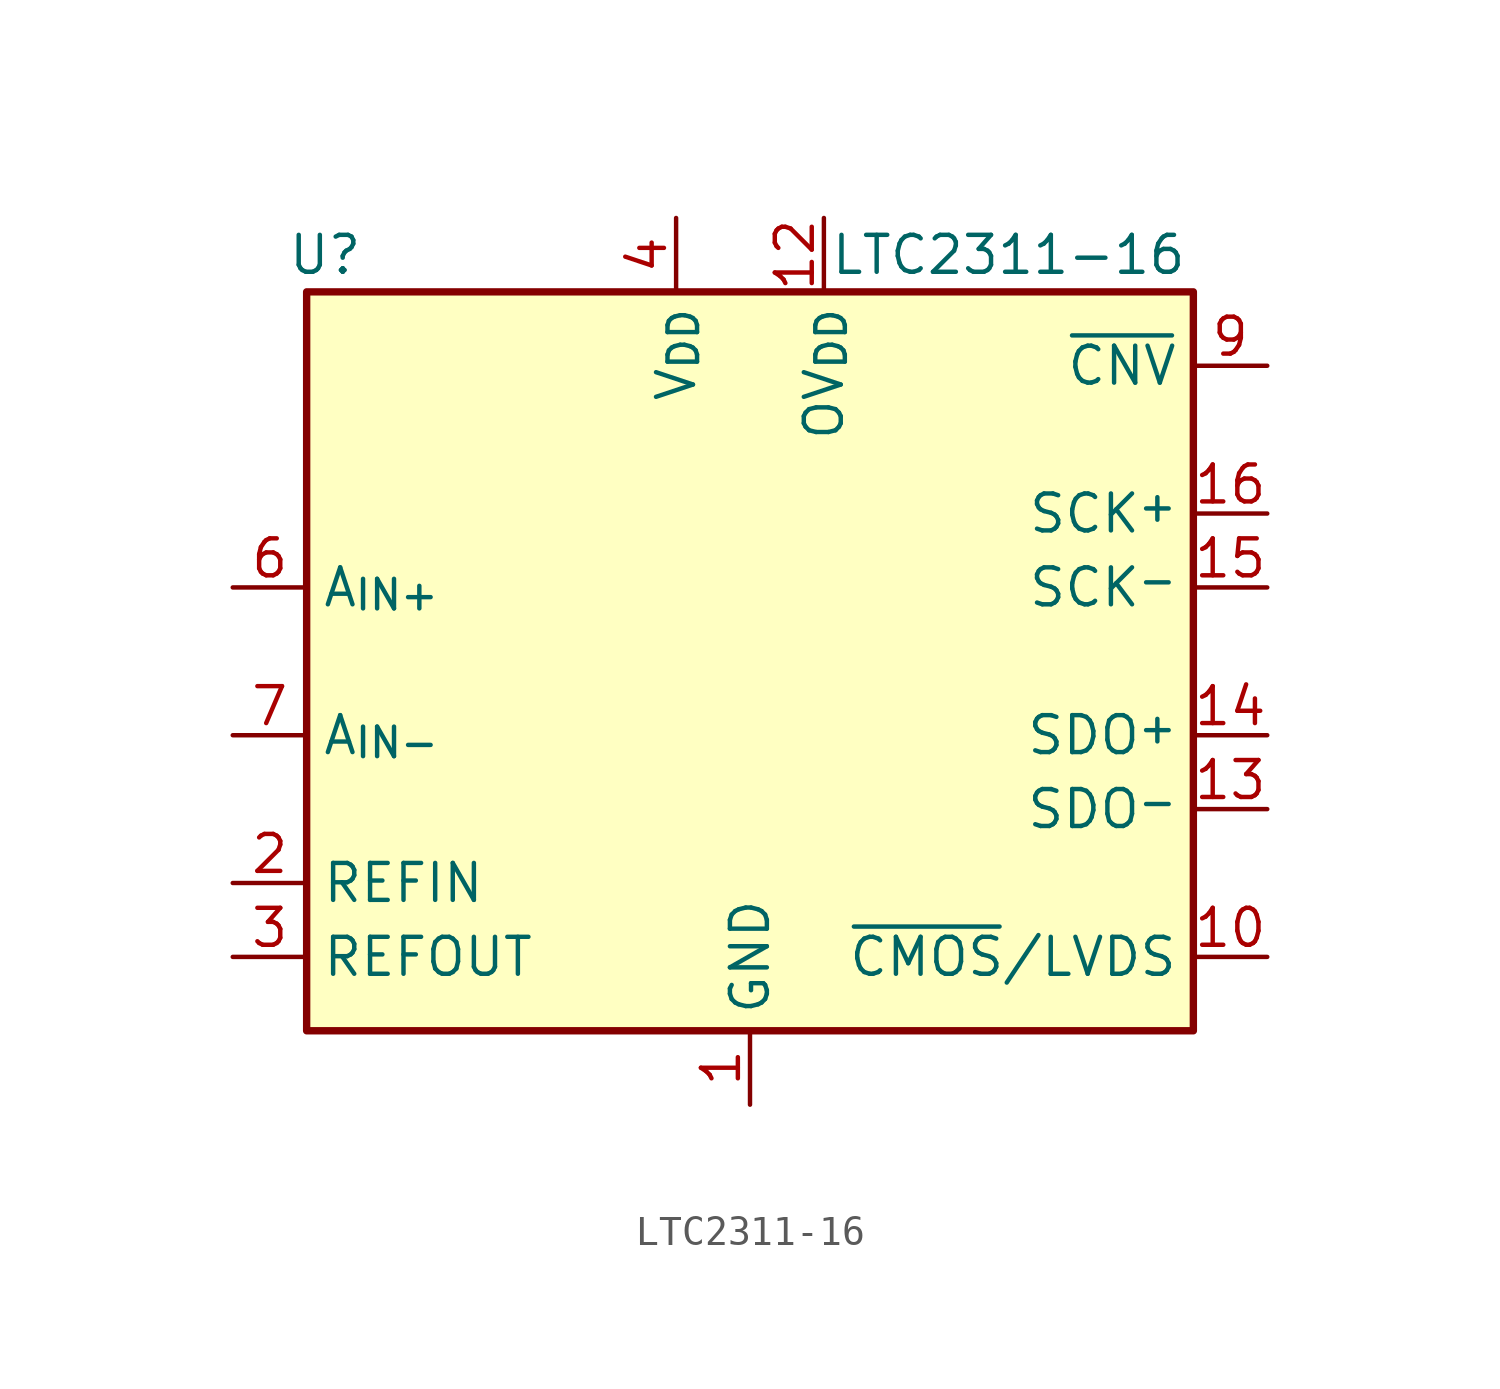
<source format=kicad_sym>
(kicad_symbol_lib
  (version 20220914)
  (generator kicad_symbol_editor)
  (symbol "LTC2311-16"
    (property "Reference" "U"
      (at -14.605 13.97 0)
      (effects (font (size 1.27 1.27))))
    (property "Value" "LTC2311-16"
      (at 8.89 13.97 0)
      (effects (font (size 1.27 1.27))))
    (symbol "LTC2311-16_0_1"
      (rectangle (start -15.24 12.7) (end 15.24 -12.7) (stroke (width 0.254) (type default)) (fill (type background))))
    (symbol "LTC2311-16_1_1"
      (pin power_in line (at 0 -15.24 90) (length 2.54) (name "GND" (effects (font (size 1.27 1.27)))) (number "1" (effects (font (size 1.27 1.27)))))
      (pin input line (at 17.78 -10.16 180) (length 2.54) (name "~{CMOS}/LVDS" (effects (font (size 1.27 1.27)))) (number "10" (effects (font (size 1.27 1.27)))))
      (pin passive line (at 0 -15.24 90) (length 2.54) hide (name "GND" (effects (font (size 1.27 1.27)))) (number "11" (effects (font (size 1.27 1.27)))))
      (pin power_in line (at 2.54 15.24 270) (length 2.54) (name "OV_{DD}" (effects (font (size 1.27 1.27)))) (number "12" (effects (font (size 1.27 1.27)))))
      (pin tri_state line (at 17.78 -5.08 180) (length 2.54) (name "SDO^{-}" (effects (font (size 1.27 1.27)))) (number "13" (effects (font (size 1.27 1.27)))))
      (pin tri_state line (at 17.78 -2.54 180) (length 2.54) (name "SDO^{+}" (effects (font (size 1.27 1.27)))) (number "14" (effects (font (size 1.27 1.27)))))
      (pin input line (at 17.78 2.54 180) (length 2.54) (name "SCK^{-}" (effects (font (size 1.27 1.27)))) (number "15" (effects (font (size 1.27 1.27)))))
      (pin input line (at 17.78 5.08 180) (length 2.54) (name "SCK^{+}" (effects (font (size 1.27 1.27)))) (number "16" (effects (font (size 1.27 1.27)))))
      (pin passive line (at -17.78 -7.62 0) (length 2.54) (name "REFIN" (effects (font (size 1.27 1.27)))) (number "2" (effects (font (size 1.27 1.27)))))
      (pin passive line (at -17.78 -10.16 0) (length 2.54) (name "REFOUT" (effects (font (size 1.27 1.27)))) (number "3" (effects (font (size 1.27 1.27)))))
      (pin power_in line (at -2.54 15.24 270) (length 2.54) (name "V_{DD}" (effects (font (size 1.27 1.27)))) (number "4" (effects (font (size 1.27 1.27)))))
      (pin passive line (at 0 -15.24 90) (length 2.54) hide (name "GND" (effects (font (size 1.27 1.27)))) (number "5" (effects (font (size 1.27 1.27)))))
      (pin input line (at -17.78 2.54 0) (length 2.54) (name "A_{IN+}" (effects (font (size 1.27 1.27)))) (number "6" (effects (font (size 1.27 1.27)))))
      (pin input line (at -17.78 -2.54 0) (length 2.54) (name "A_{IN-}" (effects (font (size 1.27 1.27)))) (number "7" (effects (font (size 1.27 1.27)))))
      (pin passive line (at 0 -15.24 90) (length 2.54) hide (name "GND" (effects (font (size 1.27 1.27)))) (number "8" (effects (font (size 1.27 1.27)))))
      (pin input line (at 17.78 10.16 180) (length 2.54) (name "~{CNV}" (effects (font (size 1.27 1.27)))) (number "9" (effects (font (size 1.27 1.27))))))))
</source>
